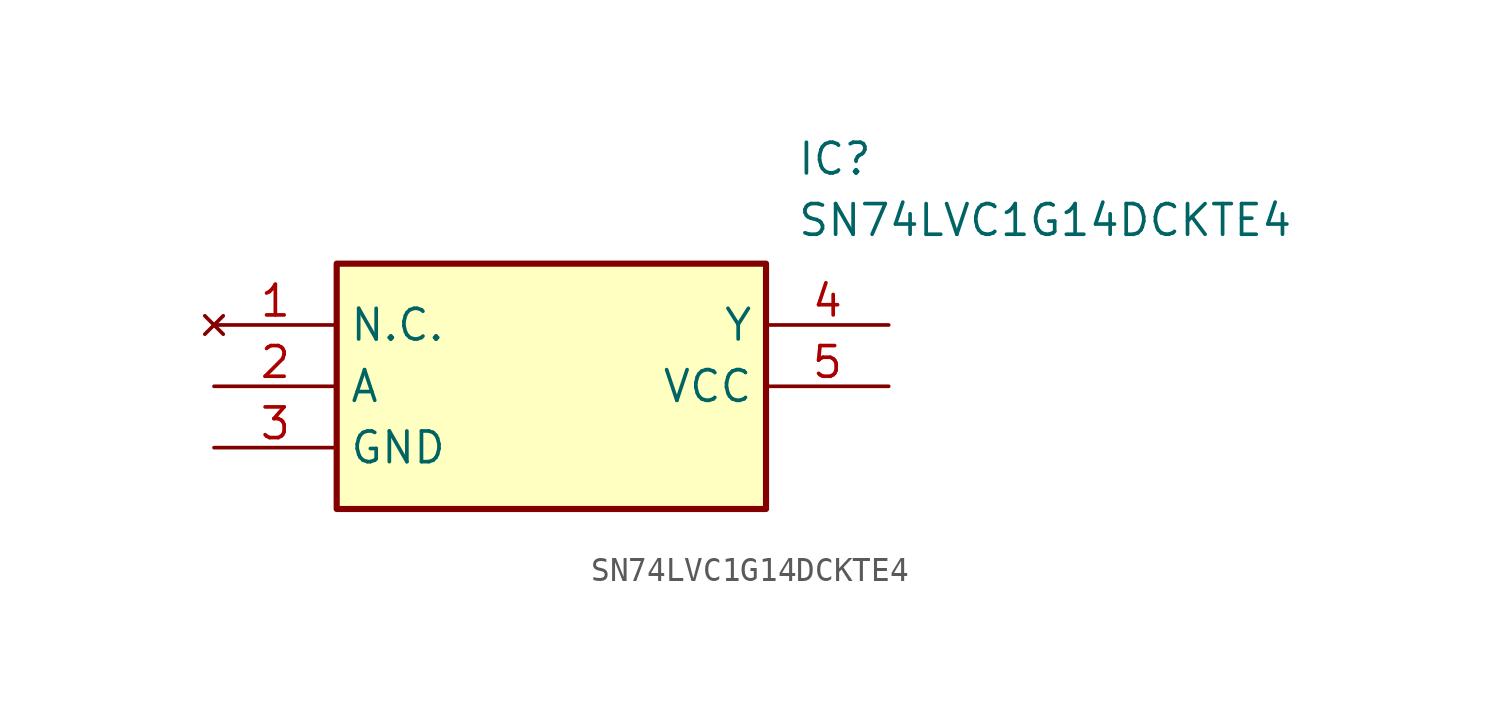
<source format=kicad_sym>
(kicad_symbol_lib
  (version 20211014)
  (generator SamacSys_ECAD_Model)
  (symbol "SN74LVC1G14DCKTE4"
    (property "Reference" "IC"
      (at 24.13 7.62 0)
      (effects (font (size 1.27 1.27)) (justify left top)))
    (property "Value" "SN74LVC1G14DCKTE4"
      (at 24.13 5.08 0)
      (effects (font (size 1.27 1.27)) (justify left top)))
    (rectangle
      (start 5.08 2.54)
      (end 22.86 -7.62)
      (stroke (width 0.254) (type default))
      (fill (type background)))
    (pin no_connect line
      (at 0 0 0)
      (length 5.08)
      (name "N.C." (effects (font (size 1.27 1.27))))
      (number "1" (effects (font (size 1.27 1.27)))))
    (pin passive line
      (at 0 -2.54 0)
      (length 5.08)
      (name "A" (effects (font (size 1.27 1.27))))
      (number "2" (effects (font (size 1.27 1.27)))))
    (pin passive line
      (at 0 -5.08 0)
      (length 5.08)
      (name "GND" (effects (font (size 1.27 1.27))))
      (number "3" (effects (font (size 1.27 1.27)))))
    (pin passive line
      (at 27.94 0 180)
      (length 5.08)
      (name "Y" (effects (font (size 1.27 1.27))))
      (number "4" (effects (font (size 1.27 1.27)))))
    (pin passive line
      (at 27.94 -2.54 180)
      (length 5.08)
      (name "VCC" (effects (font (size 1.27 1.27))))
      (number "5" (effects (font (size 1.27 1.27)))))))
</source>
